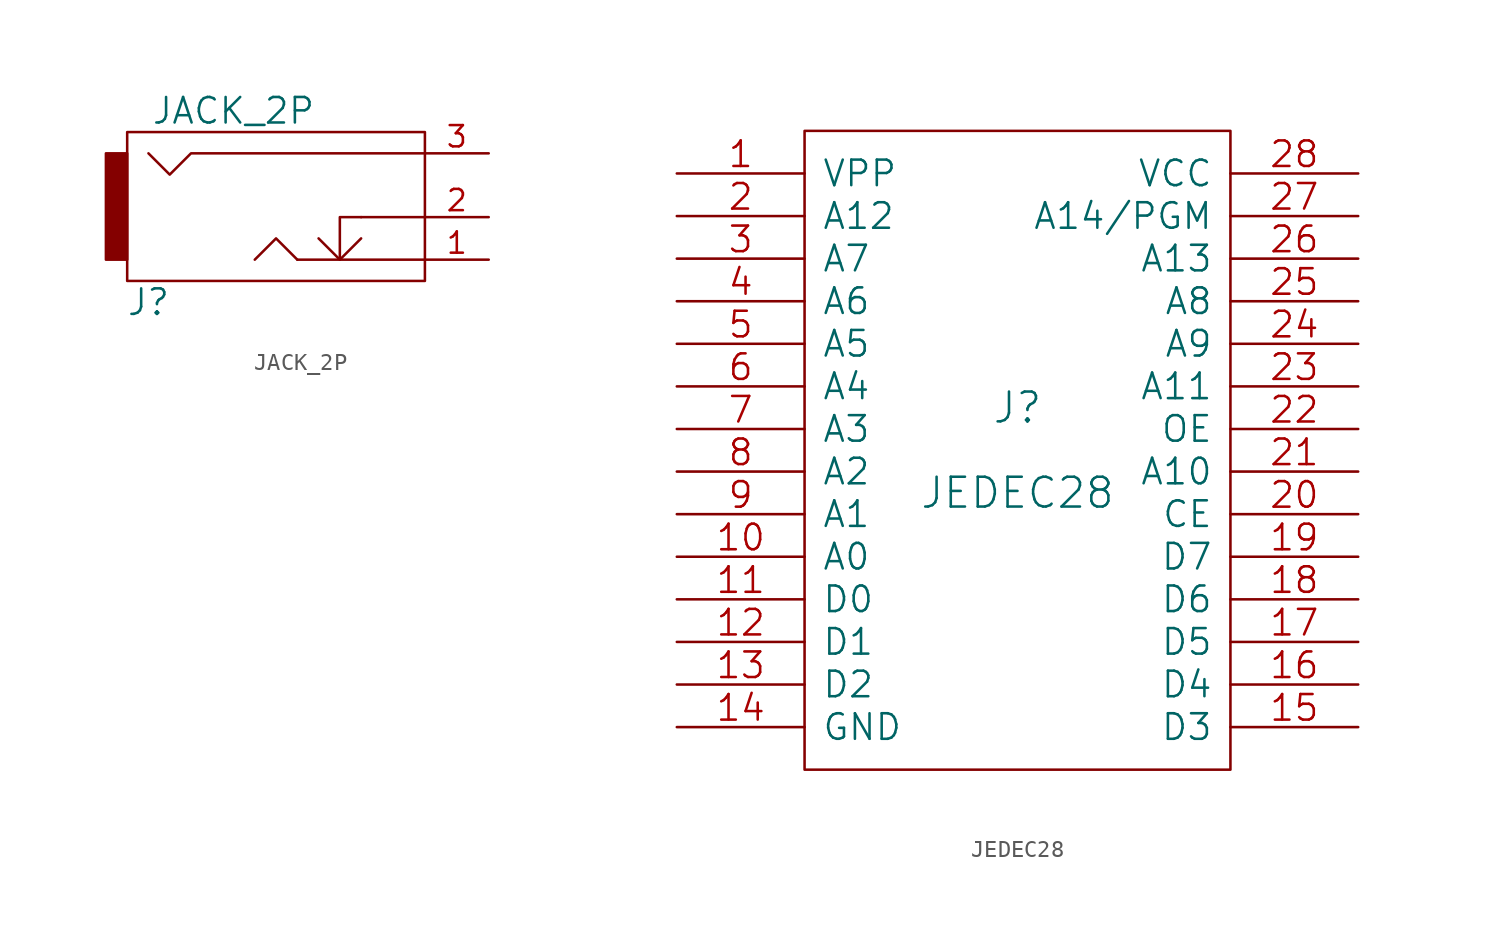
<source format=kicad_sym>
(kicad_symbol_lib
  (version 20220914)
  (generator kicad_symbol_editor)
  (symbol "JACK_2P"
    (pin_names
      (offset 1.016))
    (property "Reference" "J"
      (at -8.89 -5.08 0)
      (effects (font (size 1.524 1.524))))
    (property "Value" "JACK_2P"
      (at -3.81 6.35 0)
      (effects (font (size 1.524 1.524))))
    (property "Footprint" ""
      (at 0 0 0)
      (effects (font (size 1.524 1.524))))
    (property "Datasheet" ""
      (at 0 0 0)
      (effects (font (size 1.524 1.524))))
    (symbol "JACK_2P_0_1"
      (rectangle (start -11.43 3.81) (end -10.16 -2.54) (stroke (width 0) (type default)) (fill (type outline)))
      (polyline (pts (xy 3.81 0) (xy 7.62 0) (xy 7.62 0)) (stroke (width 0) (type default)) (fill (type none)))
      (polyline (pts (xy 0 -2.54) (xy -1.27 -1.27) (xy -2.54 -2.54) (xy -2.54 -2.54)) (stroke (width 0) (type default)) (fill (type none)))
      (polyline (pts (xy 0 -2.54) (xy 7.62 -2.54) (xy 7.62 -2.54) (xy 7.62 -2.54)) (stroke (width 0) (type default)) (fill (type none)))
      (polyline (pts (xy 1.27 -1.27) (xy 2.54 -2.54) (xy 3.81 -1.27) (xy 3.81 -1.27)) (stroke (width 0) (type default)) (fill (type none)))
      (polyline (pts (xy 3.81 0) (xy 2.54 0) (xy 2.54 -2.54) (xy 2.54 -2.54)) (stroke (width 0) (type default)) (fill (type none)))
      (polyline (pts (xy 7.62 3.81) (xy -6.35 3.81) (xy -7.62 2.54) (xy -8.89 3.81) (xy -8.89 3.81)) (stroke (width 0) (type default)) (fill (type none)))
      (rectangle (start 7.62 -3.81) (end -10.16 5.08) (stroke (width 0) (type default)) (fill (type none))))
    (symbol "JACK_2P_1_1"
      (pin passive line (at 11.43 -2.54 180) (length 3.81) (name "~" (effects (font (size 1.27 1.27)))) (number "1" (effects (font (size 1.27 1.27)))))
      (pin passive line (at 11.43 0 180) (length 3.81) (name "~" (effects (font (size 1.27 1.27)))) (number "2" (effects (font (size 1.27 1.27)))))
      (pin passive line (at 11.43 3.81 180) (length 3.81) (name "~" (effects (font (size 1.27 1.27)))) (number "3" (effects (font (size 1.27 1.27)))))))
  (symbol "JEDEC28"
    (pin_names
      (offset 1.016))
    (property "Reference" "J"
      (at 0 2.54 0)
      (effects (font (size 1.778 1.778))))
    (property "Value" "JEDEC28"
      (at 0 -2.54 0)
      (effects (font (size 1.778 1.778))))
    (property "Footprint" ""
      (at 0 0 0)
      (effects (font (size 1.524 1.524))))
    (property "Datasheet" ""
      (at 0 0 0)
      (effects (font (size 1.524 1.524))))
    (symbol "JEDEC28_0_1"
      (rectangle (start -12.7 -19.05) (end 12.7 19.05) (stroke (width 0) (type default)) (fill (type none))))
    (symbol "JEDEC28_1_1"
      (pin passive line (at -20.32 16.51 0) (length 7.62) (name "VPP" (effects (font (size 1.524 1.524)))) (number "1" (effects (font (size 1.524 1.524)))))
      (pin passive line (at -20.32 -6.35 0) (length 7.62) (name "A0" (effects (font (size 1.524 1.524)))) (number "10" (effects (font (size 1.524 1.524)))))
      (pin passive line (at -20.32 -8.89 0) (length 7.62) (name "D0" (effects (font (size 1.524 1.524)))) (number "11" (effects (font (size 1.524 1.524)))))
      (pin input line (at -20.32 -11.43 0) (length 7.62) (name "D1" (effects (font (size 1.524 1.524)))) (number "12" (effects (font (size 1.524 1.524)))))
      (pin passive line (at -20.32 -13.97 0) (length 7.62) (name "D2" (effects (font (size 1.524 1.524)))) (number "13" (effects (font (size 1.524 1.524)))))
      (pin passive line (at -20.32 -16.51 0) (length 7.62) (name "GND" (effects (font (size 1.524 1.524)))) (number "14" (effects (font (size 1.524 1.524)))))
      (pin passive line (at 20.32 -16.51 180) (length 7.62) (name "D3" (effects (font (size 1.524 1.524)))) (number "15" (effects (font (size 1.524 1.524)))))
      (pin passive line (at 20.32 -13.97 180) (length 7.62) (name "D4" (effects (font (size 1.524 1.524)))) (number "16" (effects (font (size 1.524 1.524)))))
      (pin passive line (at 20.32 -11.43 180) (length 7.62) (name "D5" (effects (font (size 1.524 1.524)))) (number "17" (effects (font (size 1.524 1.524)))))
      (pin passive line (at 20.32 -8.89 180) (length 7.62) (name "D6" (effects (font (size 1.524 1.524)))) (number "18" (effects (font (size 1.524 1.524)))))
      (pin passive line (at 20.32 -6.35 180) (length 7.62) (name "D7" (effects (font (size 1.524 1.524)))) (number "19" (effects (font (size 1.524 1.524)))))
      (pin passive line (at -20.32 13.97 0) (length 7.62) (name "A12" (effects (font (size 1.524 1.524)))) (number "2" (effects (font (size 1.524 1.524)))))
      (pin passive line (at 20.32 -3.81 180) (length 7.62) (name "CE" (effects (font (size 1.524 1.524)))) (number "20" (effects (font (size 1.524 1.524)))))
      (pin passive line (at 20.32 -1.27 180) (length 7.62) (name "A10" (effects (font (size 1.524 1.524)))) (number "21" (effects (font (size 1.524 1.524)))))
      (pin passive line (at 20.32 1.27 180) (length 7.62) (name "OE" (effects (font (size 1.524 1.524)))) (number "22" (effects (font (size 1.524 1.524)))))
      (pin passive line (at 20.32 3.81 180) (length 7.62) (name "A11" (effects (font (size 1.524 1.524)))) (number "23" (effects (font (size 1.524 1.524)))))
      (pin passive line (at 20.32 6.35 180) (length 7.62) (name "A9" (effects (font (size 1.524 1.524)))) (number "24" (effects (font (size 1.524 1.524)))))
      (pin passive line (at 20.32 8.89 180) (length 7.62) (name "A8" (effects (font (size 1.524 1.524)))) (number "25" (effects (font (size 1.524 1.524)))))
      (pin passive line (at 20.32 11.43 180) (length 7.62) (name "A13" (effects (font (size 1.524 1.524)))) (number "26" (effects (font (size 1.524 1.524)))))
      (pin passive line (at 20.32 13.97 180) (length 7.62) (name "A14/PGM" (effects (font (size 1.524 1.524)))) (number "27" (effects (font (size 1.524 1.524)))))
      (pin passive line (at 20.32 16.51 180) (length 7.62) (name "VCC" (effects (font (size 1.524 1.524)))) (number "28" (effects (font (size 1.524 1.524)))))
      (pin passive line (at -20.32 11.43 0) (length 7.62) (name "A7" (effects (font (size 1.524 1.524)))) (number "3" (effects (font (size 1.524 1.524)))))
      (pin passive line (at -20.32 8.89 0) (length 7.62) (name "A6" (effects (font (size 1.524 1.524)))) (number "4" (effects (font (size 1.524 1.524)))))
      (pin passive line (at -20.32 6.35 0) (length 7.62) (name "A5" (effects (font (size 1.524 1.524)))) (number "5" (effects (font (size 1.524 1.524)))))
      (pin passive line (at -20.32 3.81 0) (length 7.62) (name "A4" (effects (font (size 1.524 1.524)))) (number "6" (effects (font (size 1.524 1.524)))))
      (pin passive line (at -20.32 1.27 0) (length 7.62) (name "A3" (effects (font (size 1.524 1.524)))) (number "7" (effects (font (size 1.524 1.524)))))
      (pin passive line (at -20.32 -1.27 0) (length 7.62) (name "A2" (effects (font (size 1.524 1.524)))) (number "8" (effects (font (size 1.524 1.524)))))
      (pin passive line (at -20.32 -3.81 0) (length 7.62) (name "A1" (effects (font (size 1.524 1.524)))) (number "9" (effects (font (size 1.524 1.524))))))))
</source>
